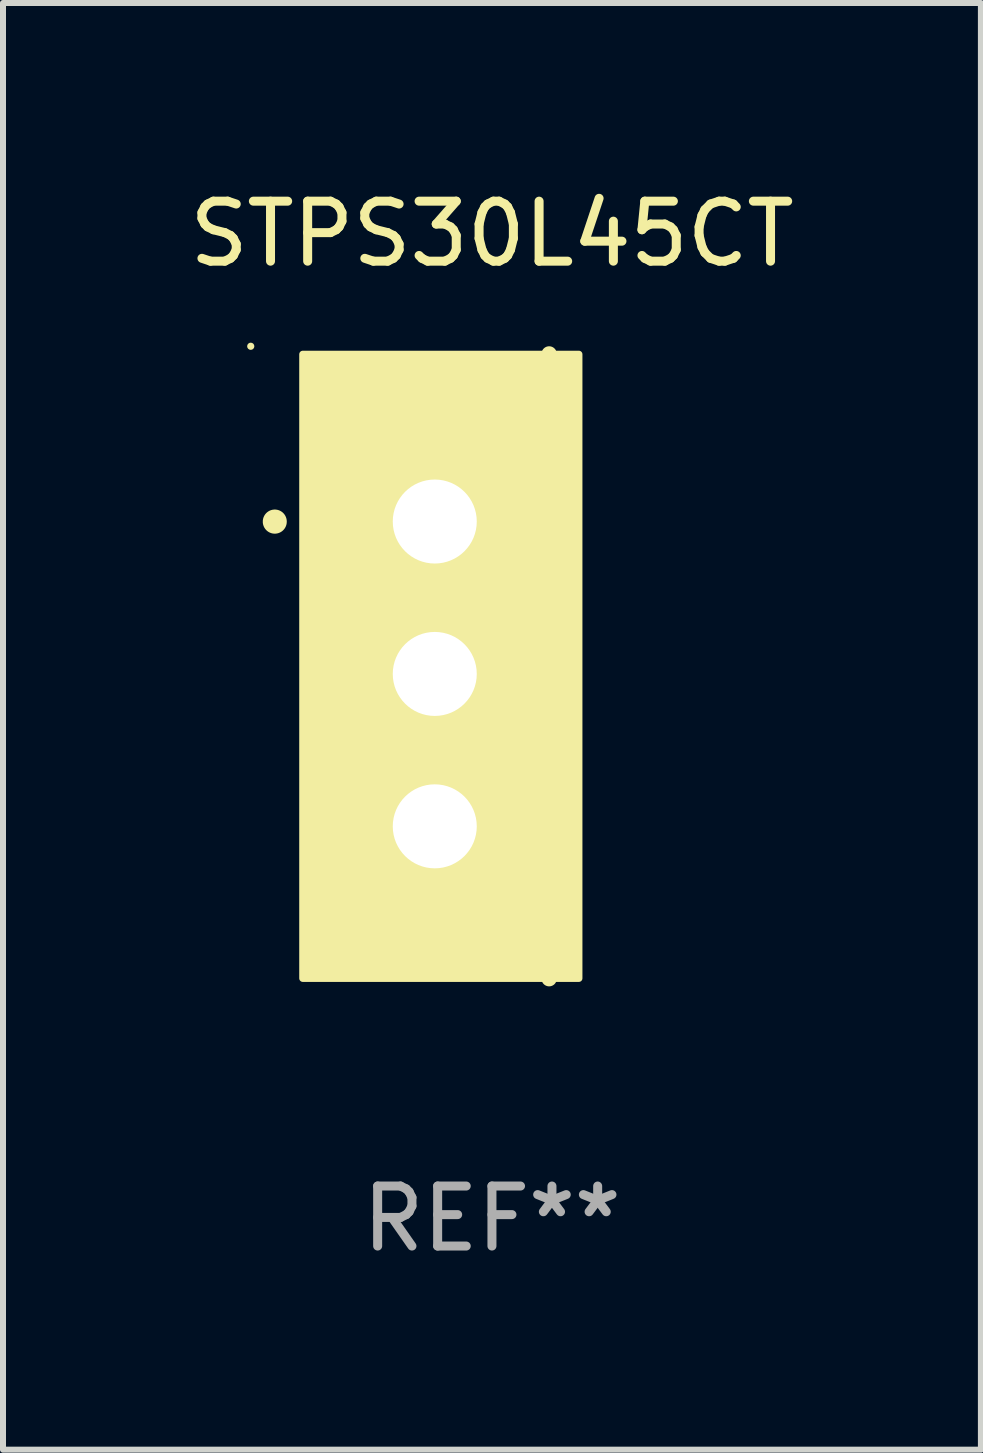
<source format=kicad_pcb>
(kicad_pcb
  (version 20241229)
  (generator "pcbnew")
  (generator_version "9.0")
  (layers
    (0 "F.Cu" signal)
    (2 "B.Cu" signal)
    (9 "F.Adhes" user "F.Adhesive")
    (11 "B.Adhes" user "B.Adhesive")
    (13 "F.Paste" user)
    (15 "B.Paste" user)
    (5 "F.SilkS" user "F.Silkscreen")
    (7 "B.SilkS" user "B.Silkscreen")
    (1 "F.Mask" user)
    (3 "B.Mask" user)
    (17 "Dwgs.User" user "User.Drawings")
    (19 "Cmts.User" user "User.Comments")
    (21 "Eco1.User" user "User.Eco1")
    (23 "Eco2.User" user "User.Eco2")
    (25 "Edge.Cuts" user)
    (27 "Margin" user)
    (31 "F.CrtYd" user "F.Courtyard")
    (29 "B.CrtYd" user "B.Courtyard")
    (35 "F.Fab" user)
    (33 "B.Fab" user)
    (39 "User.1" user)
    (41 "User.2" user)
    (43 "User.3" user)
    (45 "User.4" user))
  (footprint "STPS30L45CT"
    (layer "F.Cu")
    (at 5.149 8.055)
    (property "Reference" "STPS30L45CT" (at 0 -7.207 0) (layer "F.SilkS") (effects (font (size 1 1) (thickness 0.15))))
    (attr through_hole)
    (fp_line (start 0.953 5.207) (end 0.953 -5.207) (stroke (width 0.254) (type solid)) (layer "F.SilkS"))
    (fp_arc (start -3.619507 -2.410465) (mid -3.619511 -2.411735) (end -3.619507 -2.413005) (stroke (width 0.4) (type solid)) (layer "F.SilkS"))
    (fp_circle (center -4.02 -5.334) (end -3.99 -5.334) (stroke (width 0.06) (type solid)) (fill no) (layer "F.SilkS"))
    (fp_poly (pts (xy -3.152 -5.2) (xy 1.448 -5.2) (xy 1.448 5.2) (xy -3.152 5.2)) (stroke (width 0.12) (type solid)) (fill yes) (layer "F.SilkS"))
    (fp_text user "REF**" (at 0 9.207 0) (layer "F.Fab") (effects (font (size 1 1) (thickness 0.15))))
    (pad "1" thru_hole rect (at -0.953 -2.413 270) (size 2 2.5) (drill 1.4) (layers "*.Cu" "*.Mask"))
    (pad "2" thru_hole oval (at -0.953 0.127 270) (size 2 2.5) (drill 1.4) (layers "*.Cu" "*.Mask"))
    (pad "3" thru_hole oval (at -0.953 2.667 270) (size 2 2.5) (drill 1.4) (layers "*.Cu" "*.Mask")))
  (gr_rect
    (start -3 -3)
    (end 13.298 21.111)
    (stroke (width 0.1) (type default))
    (fill no)
    (layer "Edge.Cuts")))
</source>
